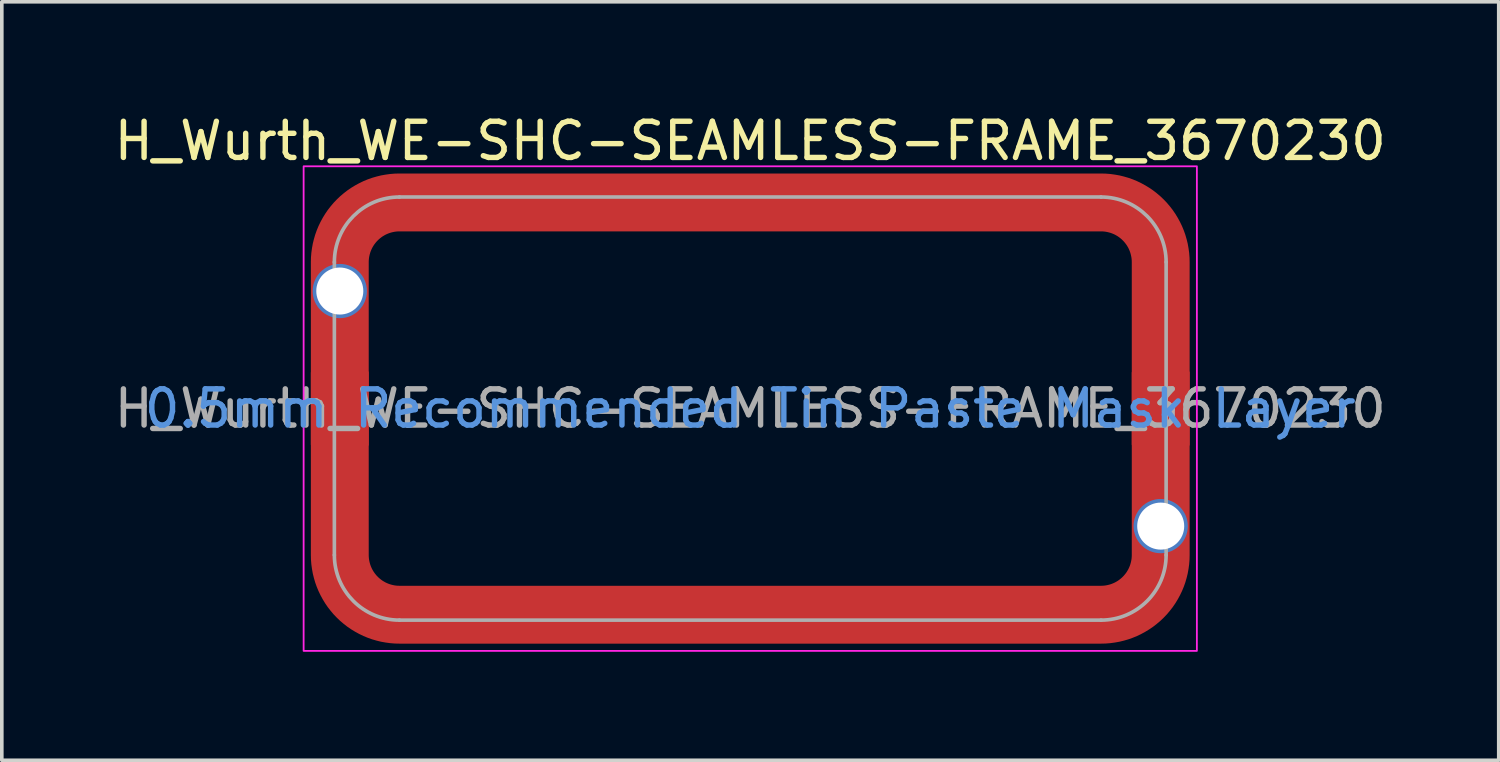
<source format=kicad_pcb>
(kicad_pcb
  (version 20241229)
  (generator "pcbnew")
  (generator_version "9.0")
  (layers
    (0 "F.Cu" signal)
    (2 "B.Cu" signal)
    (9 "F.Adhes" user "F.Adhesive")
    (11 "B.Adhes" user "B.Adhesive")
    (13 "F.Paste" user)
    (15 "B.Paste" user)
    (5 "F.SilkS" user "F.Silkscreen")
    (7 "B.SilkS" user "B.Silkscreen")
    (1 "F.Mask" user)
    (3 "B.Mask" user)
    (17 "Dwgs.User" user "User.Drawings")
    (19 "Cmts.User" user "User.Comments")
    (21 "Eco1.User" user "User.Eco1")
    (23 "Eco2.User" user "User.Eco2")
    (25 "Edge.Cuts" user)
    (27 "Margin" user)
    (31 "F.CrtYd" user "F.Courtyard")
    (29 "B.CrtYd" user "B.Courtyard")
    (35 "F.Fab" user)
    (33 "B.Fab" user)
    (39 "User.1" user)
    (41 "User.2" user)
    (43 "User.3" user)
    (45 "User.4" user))
  (footprint "H_Wurth_WE-SHC-SEAMLESS-FRAME_3670230"
    (layer "F.Cu")
    (at 17.696 8.248)
    (property "Reference" "H_Wurth_WE-SHC-SEAMLESS-FRAME_3670230" (at 0 -7.4 0) (unlocked yes) (layer "F.SilkS") (effects (font (size 1 1) (thickness 0.15))))
    (attr smd)
    (fp_rect (start -12.35 -6.7) (end 12.35 6.7) (stroke (width 0.05) (type solid)) (fill no) (layer "F.CrtYd"))
    (fp_line (start -11.5 4.05) (end -11.5 -4.05) (stroke (width 0.1) (type solid)) (layer "F.Fab"))
    (fp_line (start -9.7 -5.85) (end 9.7 -5.85) (stroke (width 0.1) (type solid)) (layer "F.Fab"))
    (fp_line (start -9.7 5.85) (end 9.7 5.85) (stroke (width 0.1) (type solid)) (layer "F.Fab"))
    (fp_line (start 11.5 4.05) (end 11.5 -4.05) (stroke (width 0.1) (type solid)) (layer "F.Fab"))
    (fp_arc (start -11.5 -4.05) (mid -10.972792 -5.322792) (end -9.7 -5.85) (stroke (width 0.1) (type default)) (layer "F.Fab"))
    (fp_arc (start -9.7 5.85) (mid -10.972792 5.322792) (end -11.5 4.05) (stroke (width 0.1) (type default)) (layer "F.Fab"))
    (fp_arc (start 9.7 -5.85) (mid 10.972792 -5.322792) (end 11.5 -4.05) (stroke (width 0.1) (type default)) (layer "F.Fab"))
    (fp_arc (start 11.5 4.05) (mid 10.972792 5.322792) (end 9.7 5.85) (stroke (width 0.1) (type default)) (layer "F.Fab"))
    (fp_text user "0.5mm Recommended Tin Paste Mask Layer" (at 0 0 0) (unlocked yes) (layer "Cmts.User") (effects (font (size 1 1) (thickness 0.15))))
    (fp_text user "${REFERENCE}" (at 0 0 0) (unlocked yes) (layer "F.Fab") (effects (font (size 1 1) (thickness 0.15))))
    (pad "1" thru_hole circle (at -11.35 -3.25) (size 1.5 1.5) (drill 1.3) (layers "*.Cu" "*.Mask"))
    (pad "1" smd custom (at 0 -5.7) (size 19.2 1.5) (layers "F.Cu" "F.Mask" "F.Paste") (options (anchor rect)) (primitives (gr_poly (pts (xy -10.6 6.7) (xy -12.1 6.7) (xy -12.1 1.65) (xy -12.097 1.524) (xy -12.087 1.399) (xy -12.07 1.275) (xy -12.048 1.151) (xy -12.018 1.029) (xy -11.983 0.908) (xy -11.941 0.79) (xy -11.893 0.674) (xy -11.838 0.56) (xy -11.778 0.45) (xy -11.713 0.343) (xy -11.642 0.239) (xy -11.565 0.14) (xy -11.484 0.044) (xy -11.397 -0.047) (xy -11.306 -0.134) (xy -11.21 -0.215) (xy -11.111 -0.292) (xy -11.007 -0.363) (xy -10.9 -0.428) (xy -10.79 -0.488) (xy -10.676 -0.543) (xy -10.56 -0.591) (xy -10.442 -0.633) (xy -10.321 -0.668) (xy -10.199 -0.698) (xy -10.075 -0.72) (xy -9.951 -0.737) (xy -9.826 -0.747) (xy -9.7 -0.75) (xy 9.7 -0.75) (xy 9.826 -0.747) (xy 9.951 -0.737) (xy 10.075 -0.72) (xy 10.199 -0.698) (xy 10.321 -0.668) (xy 10.442 -0.633) (xy 10.56 -0.591) (xy 10.676 -0.543) (xy 10.79 -0.488) (xy 10.9 -0.428) (xy 11.007 -0.363) (xy 11.111 -0.292) (xy 11.21 -0.215) (xy 11.306 -0.134) (xy 11.397 -0.047) (xy 11.484 0.044) (xy 11.565 0.14) (xy 11.642 0.239) (xy 11.713 0.343) (xy 11.778 0.45) (xy 11.838 0.56) (xy 11.893 0.674) (xy 11.941 0.79) (xy 11.983 0.908) (xy 12.018 1.029) (xy 12.048 1.151) (xy 12.07 1.275) (xy 12.087 1.399) (xy 12.097 1.524) (xy 12.1 1.65) (xy 12.1 6.7) (xy 10.6 6.7) (xy 10.6 1.65) (xy 10.599 1.603) (xy 10.595 1.556) (xy 10.589 1.509) (xy 10.58 1.463) (xy 10.569 1.417) (xy 10.556 1.372) (xy 10.54 1.327) (xy 10.522 1.284) (xy 10.502 1.241) (xy 10.479 1.2) (xy 10.455 1.16) (xy 10.428 1.121) (xy 10.399 1.084) (xy 10.369 1.048) (xy 10.336 1.014) (xy 10.302 0.981) (xy 10.266 0.951) (xy 10.229 0.922) (xy 10.19 0.895) (xy 10.15 0.871) (xy 10.109 0.848) (xy 10.066 0.828) (xy 10.023 0.81) (xy 9.978 0.794) (xy 9.933 0.781) (xy 9.887 0.77) (xy 9.841 0.761) (xy 9.794 0.755) (xy 9.747 0.751) (xy 9.7 0.75) (xy -9.7 0.75) (xy -9.747 0.751) (xy -9.794 0.755) (xy -9.841 0.761) (xy -9.887 0.77) (xy -9.933 0.781) (xy -9.978 0.794) (xy -10.023 0.81) (xy -10.066 0.828) (xy -10.109 0.848) (xy -10.15 0.871) (xy -10.19 0.895) (xy -10.229 0.922) (xy -10.266 0.951) (xy -10.302 0.981) (xy -10.336 1.014) (xy -10.369 1.048) (xy -10.399 1.084) (xy -10.428 1.121) (xy -10.455 1.16) (xy -10.479 1.2) (xy -10.502 1.241) (xy -10.522 1.284) (xy -10.54 1.327) (xy -10.556 1.372) (xy -10.569 1.417) (xy -10.58 1.463) (xy -10.589 1.509) (xy -10.595 1.556) (xy -10.599 1.603) (xy -10.6 1.65) (xy -10.6 6.7)) (width 0.1) (fill yes))))
    (pad "1" smd custom (at 0 5.7) (size 19.2 1.5) (layers "F.Cu" "F.Mask" "F.Paste") (options (anchor rect)) (primitives (gr_poly (pts (xy 10.6 -6.7) (xy 12.1 -6.7) (xy 12.1 -1.65) (xy 12.097 -1.524) (xy 12.087 -1.399) (xy 12.07 -1.275) (xy 12.048 -1.151) (xy 12.018 -1.029) (xy 11.983 -0.908) (xy 11.941 -0.79) (xy 11.893 -0.674) (xy 11.838 -0.56) (xy 11.778 -0.45) (xy 11.713 -0.343) (xy 11.642 -0.239) (xy 11.565 -0.14) (xy 11.484 -0.044) (xy 11.397 0.047) (xy 11.306 0.134) (xy 11.21 0.215) (xy 11.111 0.292) (xy 11.007 0.363) (xy 10.9 0.428) (xy 10.79 0.488) (xy 10.676 0.543) (xy 10.56 0.591) (xy 10.442 0.633) (xy 10.321 0.668) (xy 10.199 0.698) (xy 10.075 0.72) (xy 9.951 0.737) (xy 9.826 0.747) (xy 9.7 0.75) (xy -9.7 0.75) (xy -9.826 0.747) (xy -9.951 0.737) (xy -10.075 0.72) (xy -10.199 0.698) (xy -10.321 0.668) (xy -10.442 0.633) (xy -10.56 0.591) (xy -10.676 0.543) (xy -10.79 0.488) (xy -10.9 0.428) (xy -11.007 0.363) (xy -11.111 0.292) (xy -11.21 0.215) (xy -11.306 0.134) (xy -11.397 0.047) (xy -11.484 -0.044) (xy -11.565 -0.14) (xy -11.642 -0.239) (xy -11.713 -0.343) (xy -11.778 -0.45) (xy -11.838 -0.56) (xy -11.893 -0.674) (xy -11.941 -0.79) (xy -11.983 -0.908) (xy -12.018 -1.029) (xy -12.048 -1.151) (xy -12.07 -1.275) (xy -12.087 -1.399) (xy -12.097 -1.524) (xy -12.1 -1.65) (xy -12.1 -6.7) (xy -10.6 -6.7) (xy -10.6 -1.65) (xy -10.599 -1.603) (xy -10.595 -1.556) (xy -10.589 -1.509) (xy -10.58 -1.463) (xy -10.569 -1.417) (xy -10.556 -1.372) (xy -10.54 -1.327) (xy -10.522 -1.284) (xy -10.502 -1.241) (xy -10.479 -1.2) (xy -10.455 -1.16) (xy -10.428 -1.121) (xy -10.399 -1.084) (xy -10.369 -1.048) (xy -10.336 -1.014) (xy -10.302 -0.981) (xy -10.266 -0.951) (xy -10.229 -0.922) (xy -10.19 -0.895) (xy -10.15 -0.871) (xy -10.109 -0.848) (xy -10.066 -0.828) (xy -10.023 -0.81) (xy -9.978 -0.794) (xy -9.933 -0.781) (xy -9.887 -0.77) (xy -9.841 -0.761) (xy -9.794 -0.755) (xy -9.747 -0.751) (xy -9.7 -0.75) (xy 9.7 -0.75) (xy 9.747 -0.751) (xy 9.794 -0.755) (xy 9.841 -0.761) (xy 9.887 -0.77) (xy 9.933 -0.781) (xy 9.978 -0.794) (xy 10.023 -0.81) (xy 10.066 -0.828) (xy 10.109 -0.848) (xy 10.15 -0.871) (xy 10.19 -0.895) (xy 10.229 -0.922) (xy 10.266 -0.951) (xy 10.302 -0.981) (xy 10.336 -1.014) (xy 10.369 -1.048) (xy 10.399 -1.084) (xy 10.428 -1.121) (xy 10.455 -1.16) (xy 10.479 -1.2) (xy 10.502 -1.241) (xy 10.522 -1.284) (xy 10.54 -1.327) (xy 10.556 -1.372) (xy 10.569 -1.417) (xy 10.58 -1.463) (xy 10.589 -1.509) (xy 10.595 -1.556) (xy 10.599 -1.603) (xy 10.6 -1.65) (xy 10.6 -6.7)) (width 0.1) (fill yes))))
    (pad "1" thru_hole circle (at 11.35 3.25) (size 1.5 1.5) (drill 1.3) (layers "*.Cu" "*.Mask")))
  (gr_rect
    (start -3 -3)
    (end 38.393 17.973)
    (stroke (width 0.1) (type default))
    (fill no)
    (layer "Edge.Cuts")))
</source>
